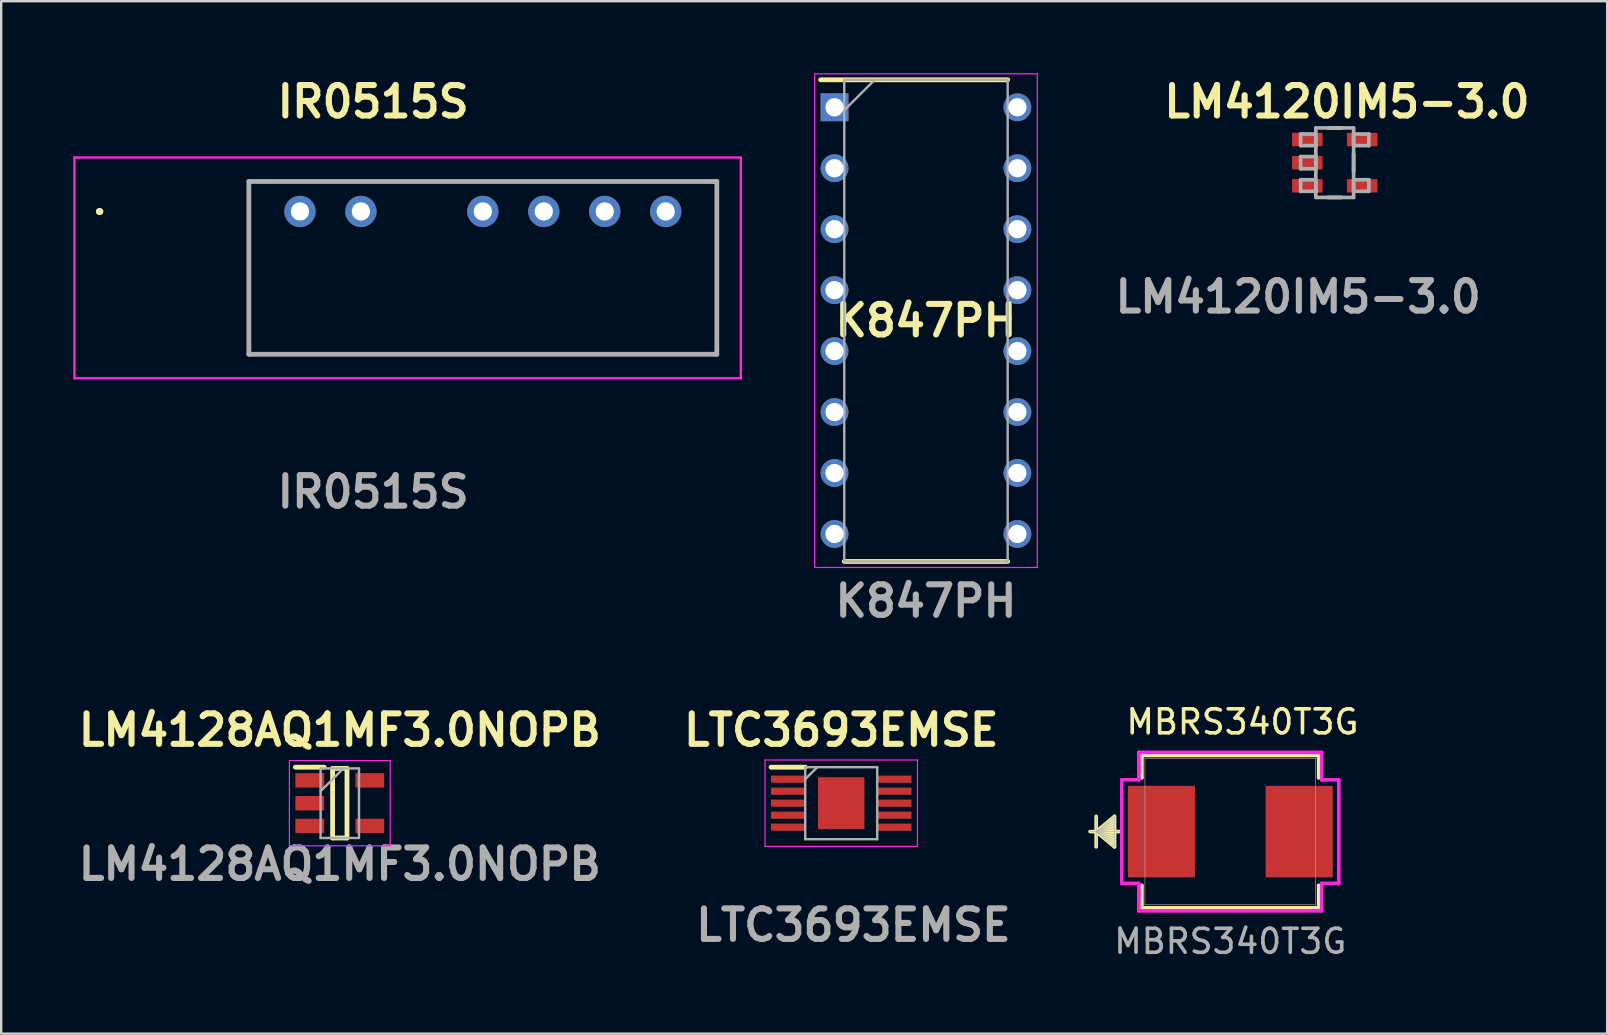
<source format=kicad_pcb>
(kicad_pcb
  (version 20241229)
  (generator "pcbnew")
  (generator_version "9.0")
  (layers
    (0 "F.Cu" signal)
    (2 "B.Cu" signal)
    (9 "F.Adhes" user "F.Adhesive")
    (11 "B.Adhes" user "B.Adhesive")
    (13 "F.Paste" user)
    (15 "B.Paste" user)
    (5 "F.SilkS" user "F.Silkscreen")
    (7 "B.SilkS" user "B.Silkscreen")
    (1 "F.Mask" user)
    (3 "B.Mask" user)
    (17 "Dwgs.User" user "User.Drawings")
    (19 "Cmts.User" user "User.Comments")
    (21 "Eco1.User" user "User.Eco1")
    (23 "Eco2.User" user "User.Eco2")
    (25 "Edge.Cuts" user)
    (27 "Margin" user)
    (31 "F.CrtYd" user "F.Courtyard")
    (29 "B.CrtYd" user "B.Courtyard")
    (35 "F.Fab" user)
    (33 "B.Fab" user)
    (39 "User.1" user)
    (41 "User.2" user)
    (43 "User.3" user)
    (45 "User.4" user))
  (footprint "IR0515S"
    (layer "F.Cu")
    (at 9.45 5.761)
    (property "Reference" "IR0515S" (at 3.048 -4.572 0) (layer "F.SilkS") (effects (font (size 1.27 1.27) (thickness 0.254))))
    (attr through_hole)
    (fp_line (start -8.4 0) (end -8.4 0) (stroke (width 0.2) (type solid)) (layer "F.SilkS"))
    (fp_line (start -8.4 0) (end -8.4 0) (stroke (width 0.2) (type solid)) (layer "F.SilkS"))
    (fp_line (start -8.3 0) (end -8.3 0) (stroke (width 0.2) (type solid)) (layer "F.SilkS"))
    (fp_line (start -2.13 -1.25) (end -2.13 5.95) (stroke (width 0.1) (type solid)) (layer "F.SilkS"))
    (fp_line (start -2.13 5.95) (end 17.37 5.95) (stroke (width 0.1) (type solid)) (layer "F.SilkS"))
    (fp_line (start 17.37 -1.25) (end -2.13 -1.25) (stroke (width 0.1) (type solid)) (layer "F.SilkS"))
    (fp_line (start 17.37 5.95) (end 17.37 -1.25) (stroke (width 0.1) (type solid)) (layer "F.SilkS"))
    (fp_arc (start -8.4 0) (mid -8.35 -0.05) (end -8.3 0) (stroke (width 0.2) (type solid)) (layer "F.SilkS"))
    (fp_arc (start -8.3 0) (mid -8.35 0.05) (end -8.4 0) (stroke (width 0.2) (type solid)) (layer "F.SilkS"))
    (fp_arc (start -8.3 0) (mid -8.35 0.05) (end -8.4 0) (stroke (width 0.2) (type solid)) (layer "F.SilkS"))
    (fp_line (start -9.4 -2.25) (end -9.4 6.95) (stroke (width 0.1) (type solid)) (layer "F.CrtYd"))
    (fp_line (start -9.4 6.95) (end 18.37 6.95) (stroke (width 0.1) (type solid)) (layer "F.CrtYd"))
    (fp_line (start 18.37 -2.25) (end -9.4 -2.25) (stroke (width 0.1) (type solid)) (layer "F.CrtYd"))
    (fp_line (start 18.37 6.95) (end 18.37 -2.25) (stroke (width 0.1) (type solid)) (layer "F.CrtYd"))
    (fp_line (start -2.13 -1.25) (end 17.37 -1.25) (stroke (width 0.2) (type solid)) (layer "F.Fab"))
    (fp_line (start -2.13 5.95) (end -2.13 -1.25) (stroke (width 0.2) (type solid)) (layer "F.Fab"))
    (fp_line (start 17.37 -1.25) (end 17.37 5.95) (stroke (width 0.2) (type solid)) (layer "F.Fab"))
    (fp_line (start 17.37 5.95) (end -2.13 5.95) (stroke (width 0.2) (type solid)) (layer "F.Fab"))
    (fp_text user "${REFERENCE}" (at 3.048 11.684 0) (layer "F.Fab") (effects (font (size 1.27 1.27) (thickness 0.254))))
    (pad "1" thru_hole circle (at 0 0) (size 1.303 1.303) (drill 0.76) (layers "*.Cu" "*.Mask"))
    (pad "2" thru_hole circle (at 2.54 0) (size 1.303 1.303) (drill 0.76) (layers "*.Cu" "*.Mask"))
    (pad "4" thru_hole circle (at 7.62 0) (size 1.303 1.303) (drill 0.76) (layers "*.Cu" "*.Mask"))
    (pad "5" thru_hole circle (at 10.16 0) (size 1.303 1.303) (drill 0.76) (layers "*.Cu" "*.Mask"))
    (pad "6" thru_hole circle (at 12.7 0) (size 1.303 1.303) (drill 0.76) (layers "*.Cu" "*.Mask"))
    (pad "7" thru_hole circle (at 15.24 0) (size 1.303 1.303) (drill 0.76) (layers "*.Cu" "*.Mask")))
  (footprint "K847PH"
    (layer "F.Cu")
    (at 35.535 10.31)
    (property "Reference" "K847PH" (at 0 0 0) (layer "F.SilkS") (effects (font (size 1.27 1.27) (thickness 0.254))))
    (attr through_hole)
    (fp_line (start -4.39 -10.035) (end 3.405 -10.035) (stroke (width 0.2) (type solid)) (layer "F.SilkS"))
    (fp_line (start -3.405 10.035) (end 3.405 10.035) (stroke (width 0.2) (type solid)) (layer "F.SilkS"))
    (fp_line (start -4.64 -10.285) (end 4.64 -10.285) (stroke (width 0.05) (type solid)) (layer "F.CrtYd"))
    (fp_line (start -4.64 10.285) (end -4.64 -10.285) (stroke (width 0.05) (type solid)) (layer "F.CrtYd"))
    (fp_line (start 4.64 -10.285) (end 4.64 10.285) (stroke (width 0.05) (type solid)) (layer "F.CrtYd"))
    (fp_line (start 4.64 10.285) (end -4.64 10.285) (stroke (width 0.05) (type solid)) (layer "F.CrtYd"))
    (fp_line (start -3.405 -10.035) (end 3.405 -10.035) (stroke (width 0.1) (type solid)) (layer "F.Fab"))
    (fp_line (start -3.405 -8.765) (end -2.135 -10.035) (stroke (width 0.1) (type solid)) (layer "F.Fab"))
    (fp_line (start -3.405 10.035) (end -3.405 -10.035) (stroke (width 0.1) (type solid)) (layer "F.Fab"))
    (fp_line (start 3.405 -10.035) (end 3.405 10.035) (stroke (width 0.1) (type solid)) (layer "F.Fab"))
    (fp_line (start 3.405 10.035) (end -3.405 10.035) (stroke (width 0.1) (type solid)) (layer "F.Fab"))
    (fp_text user "${REFERENCE}" (at 0 11.684 0) (layer "F.Fab") (effects (font (size 1.27 1.27) (thickness 0.254))))
    (pad "1" thru_hole rect (at -3.81 -8.89) (size 1.16 1.16) (drill 0.76) (layers "*.Cu" "*.Mask"))
    (pad "2" thru_hole circle (at -3.81 -6.35) (size 1.16 1.16) (drill 0.76) (layers "*.Cu" "*.Mask"))
    (pad "3" thru_hole circle (at -3.81 -3.81) (size 1.16 1.16) (drill 0.76) (layers "*.Cu" "*.Mask"))
    (pad "4" thru_hole circle (at -3.81 -1.27) (size 1.16 1.16) (drill 0.76) (layers "*.Cu" "*.Mask"))
    (pad "5" thru_hole circle (at -3.81 1.27) (size 1.16 1.16) (drill 0.76) (layers "*.Cu" "*.Mask"))
    (pad "6" thru_hole circle (at -3.81 3.81) (size 1.16 1.16) (drill 0.76) (layers "*.Cu" "*.Mask"))
    (pad "7" thru_hole circle (at -3.81 6.35) (size 1.16 1.16) (drill 0.76) (layers "*.Cu" "*.Mask"))
    (pad "8" thru_hole circle (at -3.81 8.89) (size 1.16 1.16) (drill 0.76) (layers "*.Cu" "*.Mask"))
    (pad "9" thru_hole circle (at 3.81 8.89) (size 1.16 1.16) (drill 0.76) (layers "*.Cu" "*.Mask"))
    (pad "10" thru_hole circle (at 3.81 6.35) (size 1.16 1.16) (drill 0.76) (layers "*.Cu" "*.Mask"))
    (pad "11" thru_hole circle (at 3.81 3.81) (size 1.16 1.16) (drill 0.76) (layers "*.Cu" "*.Mask"))
    (pad "12" thru_hole circle (at 3.81 1.27) (size 1.16 1.16) (drill 0.76) (layers "*.Cu" "*.Mask"))
    (pad "13" thru_hole circle (at 3.81 -1.27) (size 1.16 1.16) (drill 0.76) (layers "*.Cu" "*.Mask"))
    (pad "14" thru_hole circle (at 3.81 -3.81) (size 1.16 1.16) (drill 0.76) (layers "*.Cu" "*.Mask"))
    (pad "15" thru_hole circle (at 3.81 -6.35) (size 1.16 1.16) (drill 0.76) (layers "*.Cu" "*.Mask"))
    (pad "16" thru_hole circle (at 3.81 -8.89) (size 1.16 1.16) (drill 0.76) (layers "*.Cu" "*.Mask")))
  (footprint "MBRS340T3G"
    (layer "F.Cu")
    (at 48.216 31.603)
    (property "Reference" "MBRS340T3G" (at 0.508 -4.572 0) (unlocked yes) (layer "F.SilkS") (effects (font (size 1 1) (thickness 0.15))))
    (attr smd)
    (fp_line (start -5.588 -0.635) (end -5.588 0.635) (stroke (width 0.152) (type solid)) (layer "F.SilkS"))
    (fp_line (start -5.588 0) (end -4.826 -0.635) (stroke (width 0.152) (type solid)) (layer "F.SilkS"))
    (fp_line (start -5.588 0) (end -4.826 -0.508) (stroke (width 0.152) (type solid)) (layer "F.SilkS"))
    (fp_line (start -5.588 0) (end -4.826 -0.381) (stroke (width 0.152) (type solid)) (layer "F.SilkS"))
    (fp_line (start -5.588 0) (end -4.826 -0.254) (stroke (width 0.152) (type solid)) (layer "F.SilkS"))
    (fp_line (start -5.588 0) (end -4.826 -0.127) (stroke (width 0.152) (type solid)) (layer "F.SilkS"))
    (fp_line (start -5.588 0) (end -4.826 0.127) (stroke (width 0.152) (type solid)) (layer "F.SilkS"))
    (fp_line (start -5.588 0) (end -4.826 0.254) (stroke (width 0.152) (type solid)) (layer "F.SilkS"))
    (fp_line (start -5.588 0) (end -4.826 0.381) (stroke (width 0.152) (type solid)) (layer "F.SilkS"))
    (fp_line (start -5.588 0) (end -4.826 0.508) (stroke (width 0.152) (type solid)) (layer "F.SilkS"))
    (fp_line (start -5.588 0) (end -4.826 0.635) (stroke (width 0.152) (type solid)) (layer "F.SilkS"))
    (fp_line (start -4.826 -0.635) (end -4.826 0.635) (stroke (width 0.152) (type solid)) (layer "F.SilkS"))
    (fp_line (start -4.6 0) (end -5.842 0) (stroke (width 0.152) (type solid)) (layer "F.SilkS"))
    (fp_line (start -3.683 -3.175) (end -3.683 -2.238) (stroke (width 0.152) (type solid)) (layer "F.SilkS"))
    (fp_line (start -3.683 2.238) (end -3.683 3.175) (stroke (width 0.152) (type solid)) (layer "F.SilkS"))
    (fp_line (start -3.683 3.175) (end 3.683 3.175) (stroke (width 0.152) (type solid)) (layer "F.SilkS"))
    (fp_line (start 3.683 -3.175) (end -3.683 -3.175) (stroke (width 0.152) (type solid)) (layer "F.SilkS"))
    (fp_line (start 3.683 -2.238) (end 3.683 -3.175) (stroke (width 0.152) (type solid)) (layer "F.SilkS"))
    (fp_line (start 3.683 3.175) (end 3.683 2.238) (stroke (width 0.152) (type solid)) (layer "F.SilkS"))
    (fp_line (start -4.521 -2.159) (end -3.81 -2.159) (stroke (width 0.152) (type solid)) (layer "F.CrtYd"))
    (fp_line (start -4.521 2.159) (end -4.521 -2.159) (stroke (width 0.152) (type solid)) (layer "F.CrtYd"))
    (fp_line (start -3.81 -3.302) (end 3.81 -3.302) (stroke (width 0.152) (type solid)) (layer "F.CrtYd"))
    (fp_line (start -3.81 -2.159) (end -3.81 -3.302) (stroke (width 0.152) (type solid)) (layer "F.CrtYd"))
    (fp_line (start -3.81 2.159) (end -4.521 2.159) (stroke (width 0.152) (type solid)) (layer "F.CrtYd"))
    (fp_line (start -3.81 3.302) (end -3.81 2.159) (stroke (width 0.152) (type solid)) (layer "F.CrtYd"))
    (fp_line (start 3.81 -3.302) (end 3.81 -2.159) (stroke (width 0.152) (type solid)) (layer "F.CrtYd"))
    (fp_line (start 3.81 -2.159) (end 4.521 -2.159) (stroke (width 0.152) (type solid)) (layer "F.CrtYd"))
    (fp_line (start 3.81 2.159) (end 3.81 3.302) (stroke (width 0.152) (type solid)) (layer "F.CrtYd"))
    (fp_line (start 3.81 3.302) (end -3.81 3.302) (stroke (width 0.152) (type solid)) (layer "F.CrtYd"))
    (fp_line (start 4.521 -2.159) (end 4.521 2.159) (stroke (width 0.152) (type solid)) (layer "F.CrtYd"))
    (fp_line (start 4.521 2.159) (end 3.81 2.159) (stroke (width 0.152) (type solid)) (layer "F.CrtYd"))
    (fp_line (start -5.588 -0.635) (end -5.588 0.635) (stroke (width 0.025) (type solid)) (layer "F.Fab"))
    (fp_line (start -5.588 0) (end -4.826 -0.635) (stroke (width 0.025) (type solid)) (layer "F.Fab"))
    (fp_line (start -5.588 0) (end -4.826 -0.508) (stroke (width 0.025) (type solid)) (layer "F.Fab"))
    (fp_line (start -5.588 0) (end -4.826 -0.381) (stroke (width 0.025) (type solid)) (layer "F.Fab"))
    (fp_line (start -5.588 0) (end -4.826 -0.254) (stroke (width 0.025) (type solid)) (layer "F.Fab"))
    (fp_line (start -5.588 0) (end -4.826 -0.127) (stroke (width 0.025) (type solid)) (layer "F.Fab"))
    (fp_line (start -5.588 0) (end -4.826 0.127) (stroke (width 0.025) (type solid)) (layer "F.Fab"))
    (fp_line (start -5.588 0) (end -4.826 0.254) (stroke (width 0.025) (type solid)) (layer "F.Fab"))
    (fp_line (start -5.588 0) (end -4.826 0.381) (stroke (width 0.025) (type solid)) (layer "F.Fab"))
    (fp_line (start -5.588 0) (end -4.826 0.508) (stroke (width 0.025) (type solid)) (layer "F.Fab"))
    (fp_line (start -5.588 0) (end -4.826 0.635) (stroke (width 0.025) (type solid)) (layer "F.Fab"))
    (fp_line (start -4.826 -0.635) (end -4.826 0.635) (stroke (width 0.025) (type solid)) (layer "F.Fab"))
    (fp_line (start -4.572 0) (end -5.842 0) (stroke (width 0.025) (type solid)) (layer "F.Fab"))
    (fp_line (start -3.556 -3.048) (end -3.556 3.048) (stroke (width 0.025) (type solid)) (layer "F.Fab"))
    (fp_line (start -3.556 3.048) (end 3.556 3.048) (stroke (width 0.025) (type solid)) (layer "F.Fab"))
    (fp_line (start 3.556 -3.048) (end -3.556 -3.048) (stroke (width 0.025) (type solid)) (layer "F.Fab"))
    (fp_line (start 3.556 3.048) (end 3.556 -3.048) (stroke (width 0.025) (type solid)) (layer "F.Fab"))
    (fp_text user "${REFERENCE}" (at 0 4.572 0) (unlocked yes) (layer "F.Fab") (effects (font (size 1 1) (thickness 0.15))))
    (pad "1" smd rect (at -2.87 0) (size 2.794 3.81) (layers "F.Cu" "F.Mask" "F.Paste"))
    (pad "2" smd rect (at 2.87 0) (size 2.794 3.81) (layers "F.Cu" "F.Mask" "F.Paste"))
    (zone (net_name "") (layer "F.Cu") (hatch full 0.508) (connect_pads) (min_thickness 0.254) (filled_areas_thickness no) (keepout (tracks not_allowed) (vias not_allowed) (pads allowed) (copperpour not_allowed) (footprints allowed)) (placement (enabled no)) (fill) (polygon (pts (xy 44.711 28.606) (xy 51.721 28.606) (xy 51.721 29.647) (xy 44.711 29.647))))
    (zone (net_name "") (layer "F.Cu") (hatch full 0.508) (connect_pads) (min_thickness 0.254) (filled_areas_thickness no) (keepout (tracks not_allowed) (vias not_allowed) (pads allowed) (copperpour not_allowed) (footprints allowed)) (placement (enabled no)) (fill) (polygon (pts (xy 44.711 33.559) (xy 51.721 33.559) (xy 51.721 34.6) (xy 44.711 34.6))))
    (zone (net_name "") (layer "F.Cu") (hatch full 0.508) (connect_pads) (min_thickness 0.254) (filled_areas_thickness no) (keepout (tracks not_allowed) (vias not_allowed) (pads allowed) (copperpour not_allowed) (footprints allowed)) (placement (enabled no)) (fill) (polygon (pts (xy 46.54 29.647) (xy 49.892 29.647) (xy 49.892 33.559) (xy 46.54 33.559)))))
  (footprint "LM4128AQ1MF3.0NOPB"
    (layer "F.Cu")
    (at 11.109 30.419)
    (property "Reference" "LM4128AQ1MF3.0NOPB" (at 0 -3.048 0) (layer "F.SilkS") (effects (font (size 1.27 1.27) (thickness 0.254))))
    (attr smd)
    (fp_line (start -1.85 -1.5) (end -0.65 -1.5) (stroke (width 0.2) (type solid)) (layer "F.SilkS"))
    (fp_line (start -0.3 -1.45) (end 0.3 -1.45) (stroke (width 0.2) (type solid)) (layer "F.SilkS"))
    (fp_line (start -0.3 1.45) (end -0.3 -1.45) (stroke (width 0.2) (type solid)) (layer "F.SilkS"))
    (fp_line (start 0.3 -1.45) (end 0.3 1.45) (stroke (width 0.2) (type solid)) (layer "F.SilkS"))
    (fp_line (start 0.3 1.45) (end -0.3 1.45) (stroke (width 0.2) (type solid)) (layer "F.SilkS"))
    (fp_line (start -2.1 -1.775) (end 2.1 -1.775) (stroke (width 0.05) (type solid)) (layer "F.CrtYd"))
    (fp_line (start -2.1 1.775) (end -2.1 -1.775) (stroke (width 0.05) (type solid)) (layer "F.CrtYd"))
    (fp_line (start 2.1 -1.775) (end 2.1 1.775) (stroke (width 0.05) (type solid)) (layer "F.CrtYd"))
    (fp_line (start 2.1 1.775) (end -2.1 1.775) (stroke (width 0.05) (type solid)) (layer "F.CrtYd"))
    (fp_line (start -0.8 -1.45) (end 0.8 -1.45) (stroke (width 0.1) (type solid)) (layer "F.Fab"))
    (fp_line (start -0.8 -0.5) (end 0.15 -1.45) (stroke (width 0.1) (type solid)) (layer "F.Fab"))
    (fp_line (start -0.8 1.45) (end -0.8 -1.45) (stroke (width 0.1) (type solid)) (layer "F.Fab"))
    (fp_line (start 0.8 -1.45) (end 0.8 1.45) (stroke (width 0.1) (type solid)) (layer "F.Fab"))
    (fp_line (start 0.8 1.45) (end -0.8 1.45) (stroke (width 0.1) (type solid)) (layer "F.Fab"))
    (fp_text user "${REFERENCE}" (at 0 2.54 0) (layer "F.Fab") (effects (font (size 1.27 1.27) (thickness 0.254))))
    (pad "1" smd rect (at -1.25 -0.95 90) (size 0.6 1.2) (layers "F.Cu" "F.Mask" "F.Paste"))
    (pad "2" smd rect (at -1.25 0 90) (size 0.6 1.2) (layers "F.Cu" "F.Mask" "F.Paste"))
    (pad "3" smd rect (at -1.25 0.95 90) (size 0.6 1.2) (layers "F.Cu" "F.Mask" "F.Paste"))
    (pad "4" smd rect (at 1.25 0.95 90) (size 0.6 1.2) (layers "F.Cu" "F.Mask" "F.Paste"))
    (pad "5" smd rect (at 1.25 -0.95 90) (size 0.6 1.2) (layers "F.Cu" "F.Mask" "F.Paste")))
  (footprint "LTC3693EMSE"
    (layer "F.Cu")
    (at 32.004 30.419)
    (property "Reference" "LTC3693EMSE" (at 0 -3.048 0) (layer "F.SilkS") (effects (font (size 1.27 1.27) (thickness 0.254))))
    (attr smd)
    (fp_line (start -2.925 -1.5) (end -1.5 -1.5) (stroke (width 0.2) (type solid)) (layer "F.SilkS"))
    (fp_line (start -3.175 -1.801) (end 3.175 -1.801) (stroke (width 0.05) (type solid)) (layer "F.CrtYd"))
    (fp_line (start -3.175 1.801) (end -3.175 -1.801) (stroke (width 0.05) (type solid)) (layer "F.CrtYd"))
    (fp_line (start 3.175 -1.801) (end 3.175 1.801) (stroke (width 0.05) (type solid)) (layer "F.CrtYd"))
    (fp_line (start 3.175 1.801) (end -3.175 1.801) (stroke (width 0.05) (type solid)) (layer "F.CrtYd"))
    (fp_line (start -1.5 -1.5) (end 1.5 -1.5) (stroke (width 0.1) (type solid)) (layer "F.Fab"))
    (fp_line (start -1.5 -1) (end -1 -1.5) (stroke (width 0.1) (type solid)) (layer "F.Fab"))
    (fp_line (start -1.5 1.5) (end -1.5 -1.5) (stroke (width 0.1) (type solid)) (layer "F.Fab"))
    (fp_line (start 1.5 -1.5) (end 1.5 1.5) (stroke (width 0.1) (type solid)) (layer "F.Fab"))
    (fp_line (start 1.5 1.5) (end -1.5 1.5) (stroke (width 0.1) (type solid)) (layer "F.Fab"))
    (fp_text user "${REFERENCE}" (at 0.508 5.08 0) (layer "F.Fab") (effects (font (size 1.27 1.27) (thickness 0.254))))
    (pad "1" smd rect (at -2.212 -1 90) (size 0.3 1.425) (layers "F.Cu" "F.Mask" "F.Paste"))
    (pad "2" smd rect (at -2.212 -0.5 90) (size 0.3 1.425) (layers "F.Cu" "F.Mask" "F.Paste"))
    (pad "3" smd rect (at -2.212 0 90) (size 0.3 1.425) (layers "F.Cu" "F.Mask" "F.Paste"))
    (pad "4" smd rect (at -2.212 0.5 90) (size 0.3 1.425) (layers "F.Cu" "F.Mask" "F.Paste"))
    (pad "5" smd rect (at -2.212 1 90) (size 0.3 1.425) (layers "F.Cu" "F.Mask" "F.Paste"))
    (pad "6" smd rect (at 2.212 1 90) (size 0.3 1.425) (layers "F.Cu" "F.Mask" "F.Paste"))
    (pad "7" smd rect (at 2.212 0.5 90) (size 0.3 1.425) (layers "F.Cu" "F.Mask" "F.Paste"))
    (pad "8" smd rect (at 2.212 0 90) (size 0.3 1.425) (layers "F.Cu" "F.Mask" "F.Paste"))
    (pad "9" smd rect (at 2.212 -0.5 90) (size 0.3 1.425) (layers "F.Cu" "F.Mask" "F.Paste"))
    (pad "10" smd rect (at 2.212 -1 90) (size 0.3 1.425) (layers "F.Cu" "F.Mask" "F.Paste"))
    (pad "11" smd rect (at 0 0) (size 1.932 2.162) (layers "F.Cu" "F.Mask" "F.Paste")))
  (footprint "LM4120IM5-3.0"
    (layer "F.Cu")
    (at 52.568 3.729)
    (property "Reference" "LM4120IM5-3.0" (at 0.508 -2.54 0) (layer "F.SilkS") (effects (font (size 1.27 1.27) (thickness 0.254))))
    (attr smd)
    (fp_line (start -0.279 1.448) (end 0.279 1.448) (stroke (width 0.152) (type solid)) (layer "F.SilkS"))
    (fp_line (start 0.279 -1.448) (end -0.279 -1.448) (stroke (width 0.152) (type solid)) (layer "F.SilkS"))
    (fp_line (start 0.787 0.356) (end 0.787 -0.356) (stroke (width 0.152) (type solid)) (layer "F.SilkS"))
    (fp_line (start -1.422 -1.194) (end -1.422 -0.711) (stroke (width 0.152) (type solid)) (layer "F.Fab"))
    (fp_line (start -1.422 -0.711) (end -0.787 -0.711) (stroke (width 0.152) (type solid)) (layer "F.Fab"))
    (fp_line (start -1.422 -0.254) (end -1.422 0.254) (stroke (width 0.152) (type solid)) (layer "F.Fab"))
    (fp_line (start -1.422 0.254) (end -0.787 0.254) (stroke (width 0.152) (type solid)) (layer "F.Fab"))
    (fp_line (start -1.422 0.711) (end -1.422 1.194) (stroke (width 0.152) (type solid)) (layer "F.Fab"))
    (fp_line (start -1.422 1.194) (end -0.787 1.194) (stroke (width 0.152) (type solid)) (layer "F.Fab"))
    (fp_line (start -0.787 -1.448) (end -0.787 1.448) (stroke (width 0.152) (type solid)) (layer "F.Fab"))
    (fp_line (start -0.787 -1.194) (end -1.422 -1.194) (stroke (width 0.152) (type solid)) (layer "F.Fab"))
    (fp_line (start -0.787 -0.711) (end -0.787 -1.194) (stroke (width 0.152) (type solid)) (layer "F.Fab"))
    (fp_line (start -0.787 -0.254) (end -1.422 -0.254) (stroke (width 0.152) (type solid)) (layer "F.Fab"))
    (fp_line (start -0.787 0.254) (end -0.787 -0.254) (stroke (width 0.152) (type solid)) (layer "F.Fab"))
    (fp_line (start -0.787 0.711) (end -1.422 0.711) (stroke (width 0.152) (type solid)) (layer "F.Fab"))
    (fp_line (start -0.787 1.194) (end -0.787 0.711) (stroke (width 0.152) (type solid)) (layer "F.Fab"))
    (fp_line (start -0.787 1.448) (end 0.787 1.448) (stroke (width 0.152) (type solid)) (layer "F.Fab"))
    (fp_line (start 0.787 -1.448) (end -0.787 -1.448) (stroke (width 0.152) (type solid)) (layer "F.Fab"))
    (fp_line (start 0.787 -1.194) (end 0.787 -0.711) (stroke (width 0.152) (type solid)) (layer "F.Fab"))
    (fp_line (start 0.787 -0.711) (end 1.422 -0.711) (stroke (width 0.152) (type solid)) (layer "F.Fab"))
    (fp_line (start 0.787 0.711) (end 0.787 1.194) (stroke (width 0.152) (type solid)) (layer "F.Fab"))
    (fp_line (start 0.787 1.194) (end 1.422 1.194) (stroke (width 0.152) (type solid)) (layer "F.Fab"))
    (fp_line (start 0.787 1.448) (end 0.787 -1.448) (stroke (width 0.152) (type solid)) (layer "F.Fab"))
    (fp_line (start 1.422 -1.194) (end 0.787 -1.194) (stroke (width 0.152) (type solid)) (layer "F.Fab"))
    (fp_line (start 1.422 -0.711) (end 1.422 -1.194) (stroke (width 0.152) (type solid)) (layer "F.Fab"))
    (fp_line (start 1.422 0.711) (end 0.787 0.711) (stroke (width 0.152) (type solid)) (layer "F.Fab"))
    (fp_line (start 1.422 1.194) (end 1.422 0.711) (stroke (width 0.152) (type solid)) (layer "F.Fab"))
    (fp_text user "${REFERENCE}" (at -1.524 5.588 0) (layer "F.Fab") (effects (font (size 1.27 1.27) (thickness 0.254))))
    (pad "1" smd rect (at -1.143 -0.965 90) (size 0.559 1.27) (layers "F.Cu" "F.Mask" "F.Paste"))
    (pad "2" smd rect (at -1.143 0 90) (size 0.559 1.27) (layers "F.Cu" "F.Mask" "F.Paste"))
    (pad "3" smd rect (at -1.143 0.965 90) (size 0.559 1.27) (layers "F.Cu" "F.Mask" "F.Paste"))
    (pad "4" smd rect (at 1.143 0.965 90) (size 0.559 1.27) (layers "F.Cu" "F.Mask" "F.Paste"))
    (pad "5" smd rect (at 1.143 -0.965 90) (size 0.559 1.27) (layers "F.Cu" "F.Mask" "F.Paste")))
  (gr_rect
    (start -3 -3)
    (end 63.92 40.023)
    (stroke (width 0.1) (type default))
    (fill no)
    (layer "Edge.Cuts")))
</source>
